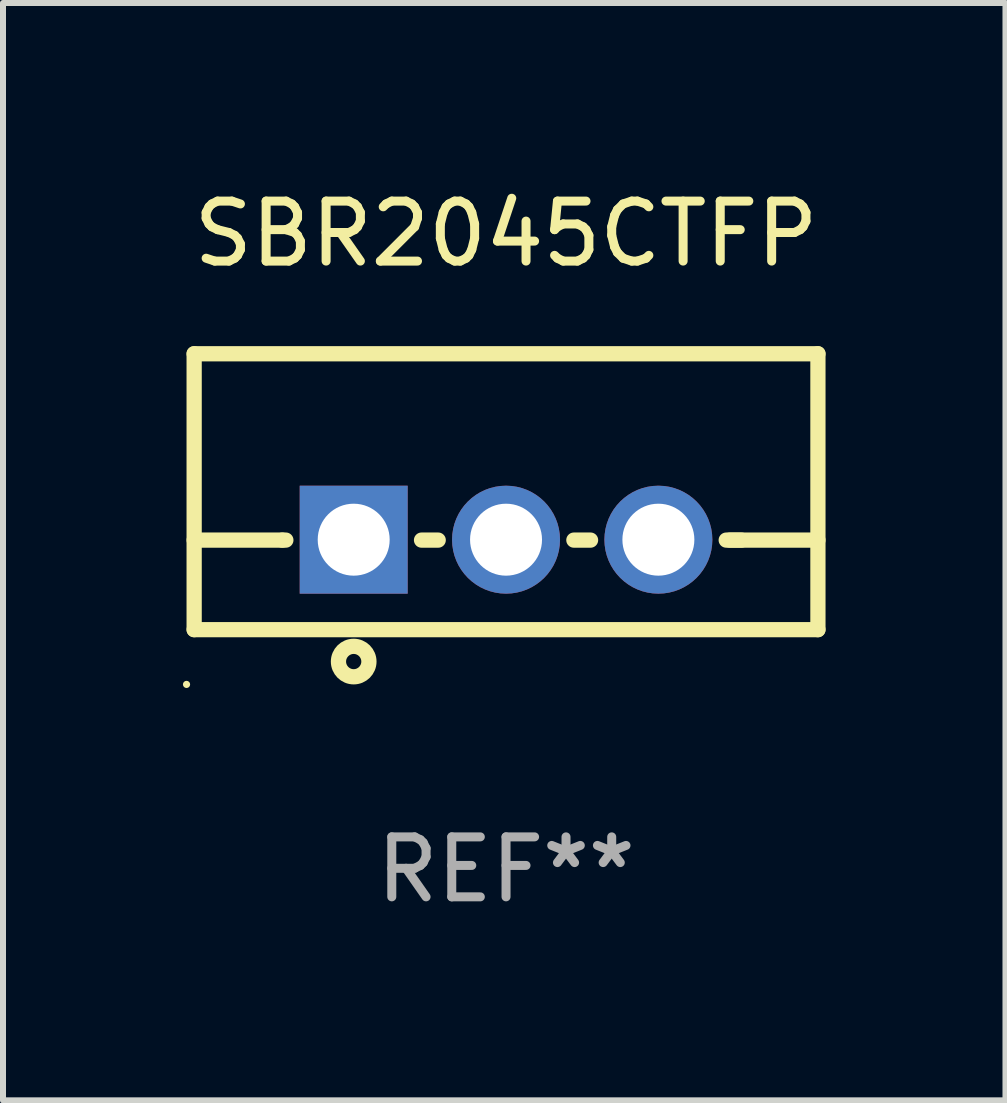
<source format=kicad_pcb>
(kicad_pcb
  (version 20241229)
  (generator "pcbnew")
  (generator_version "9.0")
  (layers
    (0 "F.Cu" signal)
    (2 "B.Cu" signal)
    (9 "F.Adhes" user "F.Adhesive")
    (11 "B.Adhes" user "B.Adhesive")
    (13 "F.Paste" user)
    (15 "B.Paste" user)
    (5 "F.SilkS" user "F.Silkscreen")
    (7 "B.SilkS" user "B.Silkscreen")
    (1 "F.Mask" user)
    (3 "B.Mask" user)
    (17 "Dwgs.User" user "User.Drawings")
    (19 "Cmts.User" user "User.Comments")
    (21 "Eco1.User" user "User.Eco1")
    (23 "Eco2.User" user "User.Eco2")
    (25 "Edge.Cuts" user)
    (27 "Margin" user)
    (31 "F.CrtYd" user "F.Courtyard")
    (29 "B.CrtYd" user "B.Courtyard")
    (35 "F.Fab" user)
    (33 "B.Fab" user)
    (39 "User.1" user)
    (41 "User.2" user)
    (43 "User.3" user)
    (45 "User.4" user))
  (footprint "SBR2045CTFP"
    (layer "F.Cu")
    (at 5.387 5.148)
    (property "Reference" "SBR2045CTFP" (at 0 -4.3 0) (layer "F.SilkS") (effects (font (size 1 1) (thickness 0.15))))
    (attr through_hole)
    (fp_line (start -5.2 -2.3) (end -5.2 2.3) (stroke (width 0.254) (type solid)) (layer "F.SilkS"))
    (fp_line (start -5.2 -2.3) (end 5.2 -2.3) (stroke (width 0.254) (type solid)) (layer "F.SilkS"))
    (fp_line (start -5.2 0.807) (end -3.731 0.807) (stroke (width 0.254) (type solid)) (layer "F.SilkS"))
    (fp_line (start -5.2 2.3) (end 5.2 2.3) (stroke (width 0.254) (type solid)) (layer "F.SilkS"))
    (fp_line (start -3.731 0.807) (end -3.671 0.807) (stroke (width 0.254) (type solid)) (layer "F.SilkS"))
    (fp_line (start -1.409 0.807) (end -1.131 0.807) (stroke (width 0.254) (type solid)) (layer "F.SilkS"))
    (fp_line (start 1.131 0.807) (end 1.409 0.807) (stroke (width 0.254) (type solid)) (layer "F.SilkS"))
    (fp_line (start 3.671 0.807) (end 3.926 0.807) (stroke (width 0.254) (type solid)) (layer "F.SilkS"))
    (fp_line (start 3.731 0.807) (end 5.2 0.807) (stroke (width 0.254) (type solid)) (layer "F.SilkS"))
    (fp_line (start 5.2 -2.3) (end 5.2 2.3) (stroke (width 0.254) (type solid)) (layer "F.SilkS"))
    (fp_circle (center -5.327 3.213) (end -5.297 3.213) (stroke (width 0.06) (type solid)) (fill no) (layer "F.SilkS"))
    (fp_circle (center -2.54 2.832) (end -2.286 2.832) (stroke (width 0.254) (type solid)) (fill no) (layer "F.SilkS"))
    (fp_text user "REF**" (at 0 6.3 0) (layer "F.Fab") (effects (font (size 1 1) (thickness 0.15))))
    (pad "1" thru_hole rect (at -2.54 0.8) (size 1.8 1.8) (drill 1.2) (layers "*.Cu" "*.Mask"))
    (pad "2" thru_hole circle (at 0 0.8) (size 1.8 1.8) (drill 1.2) (layers "*.Cu" "*.Mask"))
    (pad "3" thru_hole circle (at 2.54 0.8) (size 1.8 1.8) (drill 1.2) (layers "*.Cu" "*.Mask")))
  (gr_rect
    (start -3 -3)
    (end 13.714 15.296)
    (stroke (width 0.1) (type default))
    (fill no)
    (layer "Edge.Cuts")))
</source>
